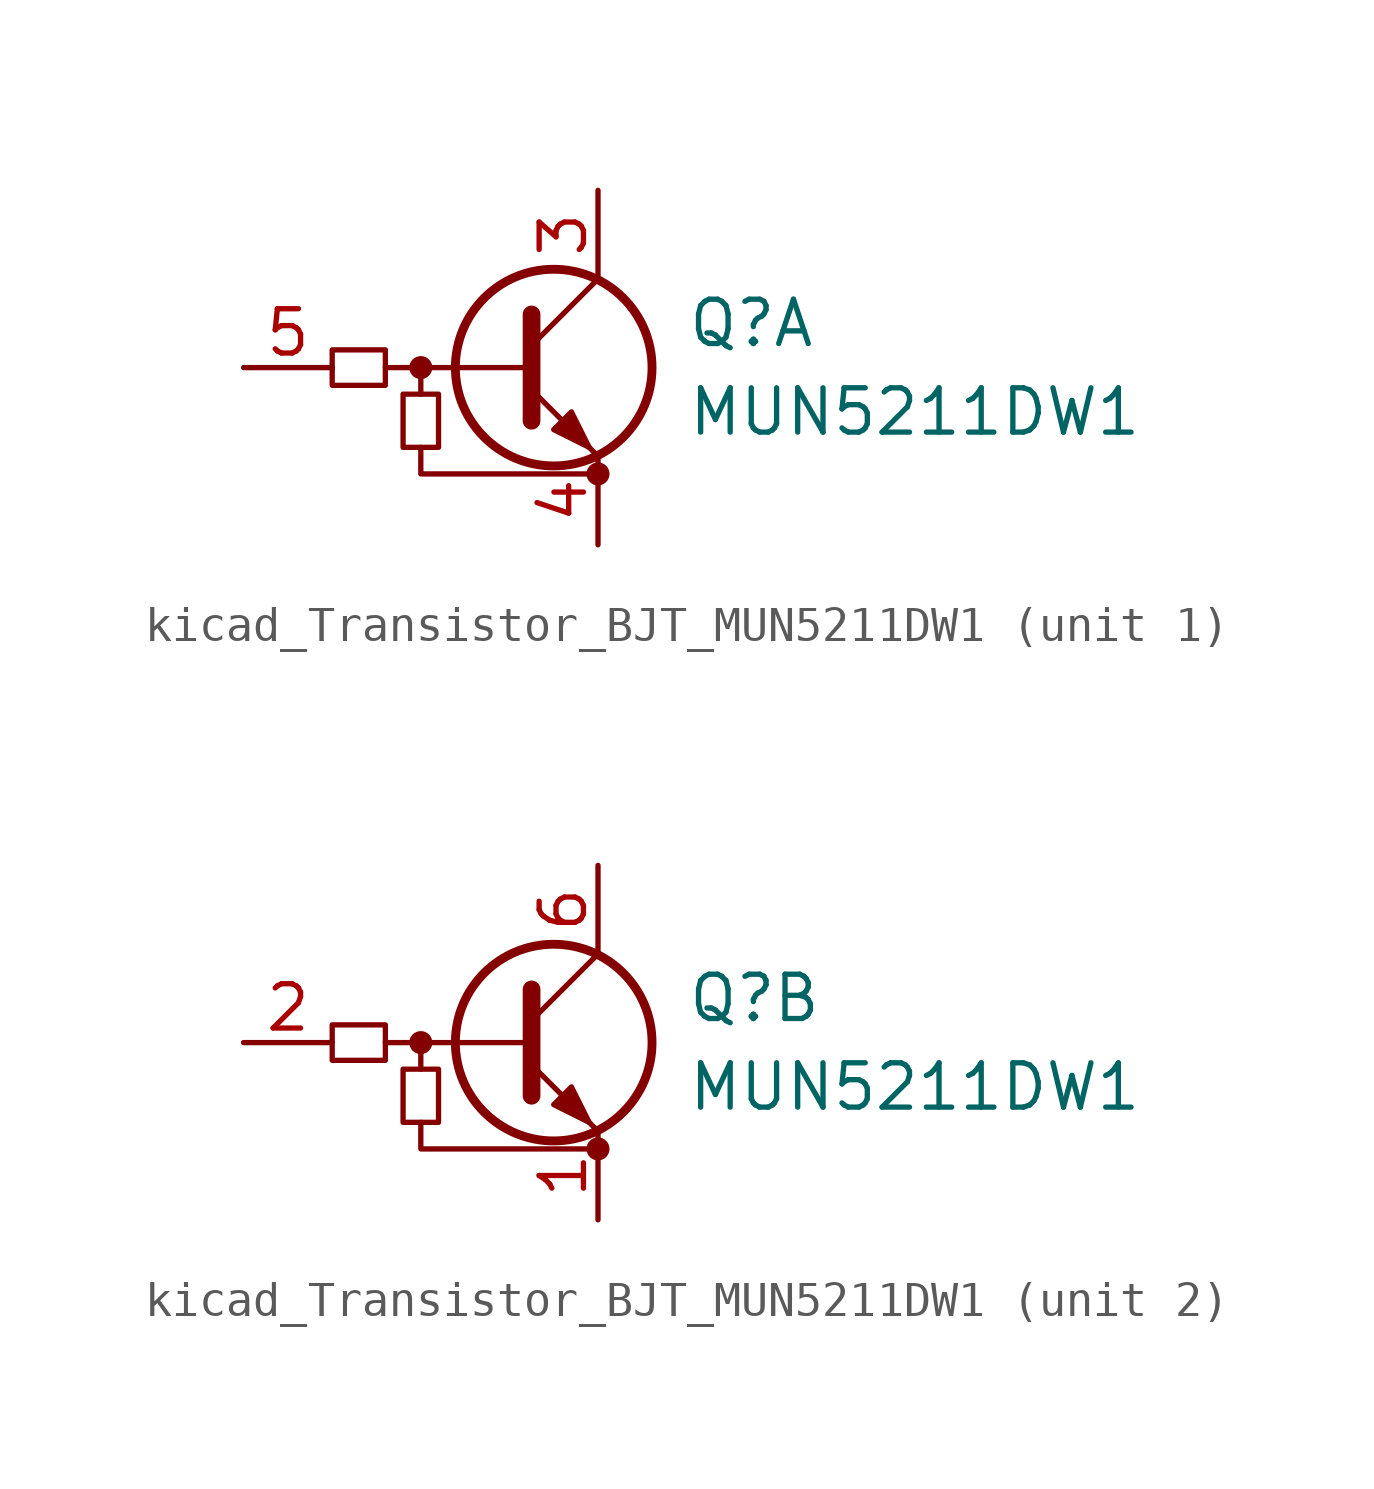
<source format=kicad_sym>
(kicad_symbol_lib
  (version 20220914)
  (generator kicad_symbol_editor)
  (symbol "kicad_Transistor_BJT_MUN5211DW1"
    (pin_names hide)
    (property "Reference" "Q"
      (at 3.81 1.27 0)
      (effects (font (size 1.27 1.27)) (justify left)))
    (property "Value" "MUN5211DW1"
      (at 3.81 -1.27 0)
      (effects (font (size 1.27 1.27)) (justify left)))
    (symbol "kicad_Transistor_BJT_MUN5211DW1_0_1"
      (rectangle (start -6.35 0.508) (end -4.826 -0.508) (stroke (width 0) (type default)) (fill (type none)))
      (rectangle (start -4.318 -2.286) (end -3.302 -0.762) (stroke (width 0) (type default)) (fill (type none)))
      (circle (center -3.81 0) (radius 0.254) (stroke (width 0) (type default)) (fill (type outline)))
      (polyline (pts (xy -3.81 -0.762) (xy -3.81 0)) (stroke (width 0) (type default)) (fill (type none)))
      (polyline (pts (xy -0.762 0) (xy -4.826 0)) (stroke (width 0) (type default)) (fill (type none)))
      (polyline (pts (xy -0.635 1.524) (xy -0.635 -1.524)) (stroke (width 0.508) (type default)) (fill (type none)))
      (polyline (pts (xy -3.81 -2.286) (xy -3.81 -3.048) (xy 1.27 -3.048)) (stroke (width 0) (type default)) (fill (type none)))
      (circle (center 1.27 -3.048) (radius 0.254) (stroke (width 0) (type default)) (fill (type outline))))
    (symbol "kicad_Transistor_BJT_MUN5211DW1_1_1"
      (polyline (pts (xy -0.635 0.635) (xy 1.27 2.54)) (stroke (width 0) (type default)) (fill (type none)))
      (polyline (pts (xy -0.635 -0.635) (xy 1.27 -2.54) (xy 1.27 -2.54)) (stroke (width 0) (type default)) (fill (type none)))
      (polyline (pts (xy 0 -1.778) (xy 0.508 -1.27) (xy 1.016 -2.286) (xy 0 -1.778) (xy 0 -1.778)) (stroke (width 0) (type default)) (fill (type outline)))
      (circle (center 0 0) (radius 2.819) (stroke (width 0.254) (type default)) (fill (type none)))
      (pin passive line (at 1.27 5.08 270) (length 2.54) (name "C1" (effects (font (size 1.27 1.27)))) (number "3" (effects (font (size 1.27 1.27)))))
      (pin passive line (at 1.27 -5.08 90) (length 2.54) (name "E1" (effects (font (size 1.27 1.27)))) (number "4" (effects (font (size 1.27 1.27)))))
      (pin input line (at -8.89 0 0) (length 2.54) (name "B1" (effects (font (size 1.27 1.27)))) (number "5" (effects (font (size 1.27 1.27))))))
    (symbol "kicad_Transistor_BJT_MUN5211DW1_2_1"
      (polyline (pts (xy -0.635 0.635) (xy 1.27 2.54)) (stroke (width 0) (type default)) (fill (type none)))
      (polyline (pts (xy -0.635 -0.635) (xy 1.27 -2.54) (xy 1.27 -2.54)) (stroke (width 0) (type default)) (fill (type none)))
      (polyline (pts (xy 0 -1.778) (xy 0.508 -1.27) (xy 1.016 -2.286) (xy 0 -1.778) (xy 0 -1.778)) (stroke (width 0) (type default)) (fill (type outline)))
      (circle (center 0 0) (radius 2.819) (stroke (width 0.254) (type default)) (fill (type none)))
      (pin passive line (at 1.27 -5.08 90) (length 2.54) (name "E2" (effects (font (size 1.27 1.27)))) (number "1" (effects (font (size 1.27 1.27)))))
      (pin input line (at -8.89 0 0) (length 2.54) (name "B2" (effects (font (size 1.27 1.27)))) (number "2" (effects (font (size 1.27 1.27)))))
      (pin passive line (at 1.27 5.08 270) (length 2.54) (name "C2" (effects (font (size 1.27 1.27)))) (number "6" (effects (font (size 1.27 1.27))))))))
</source>
